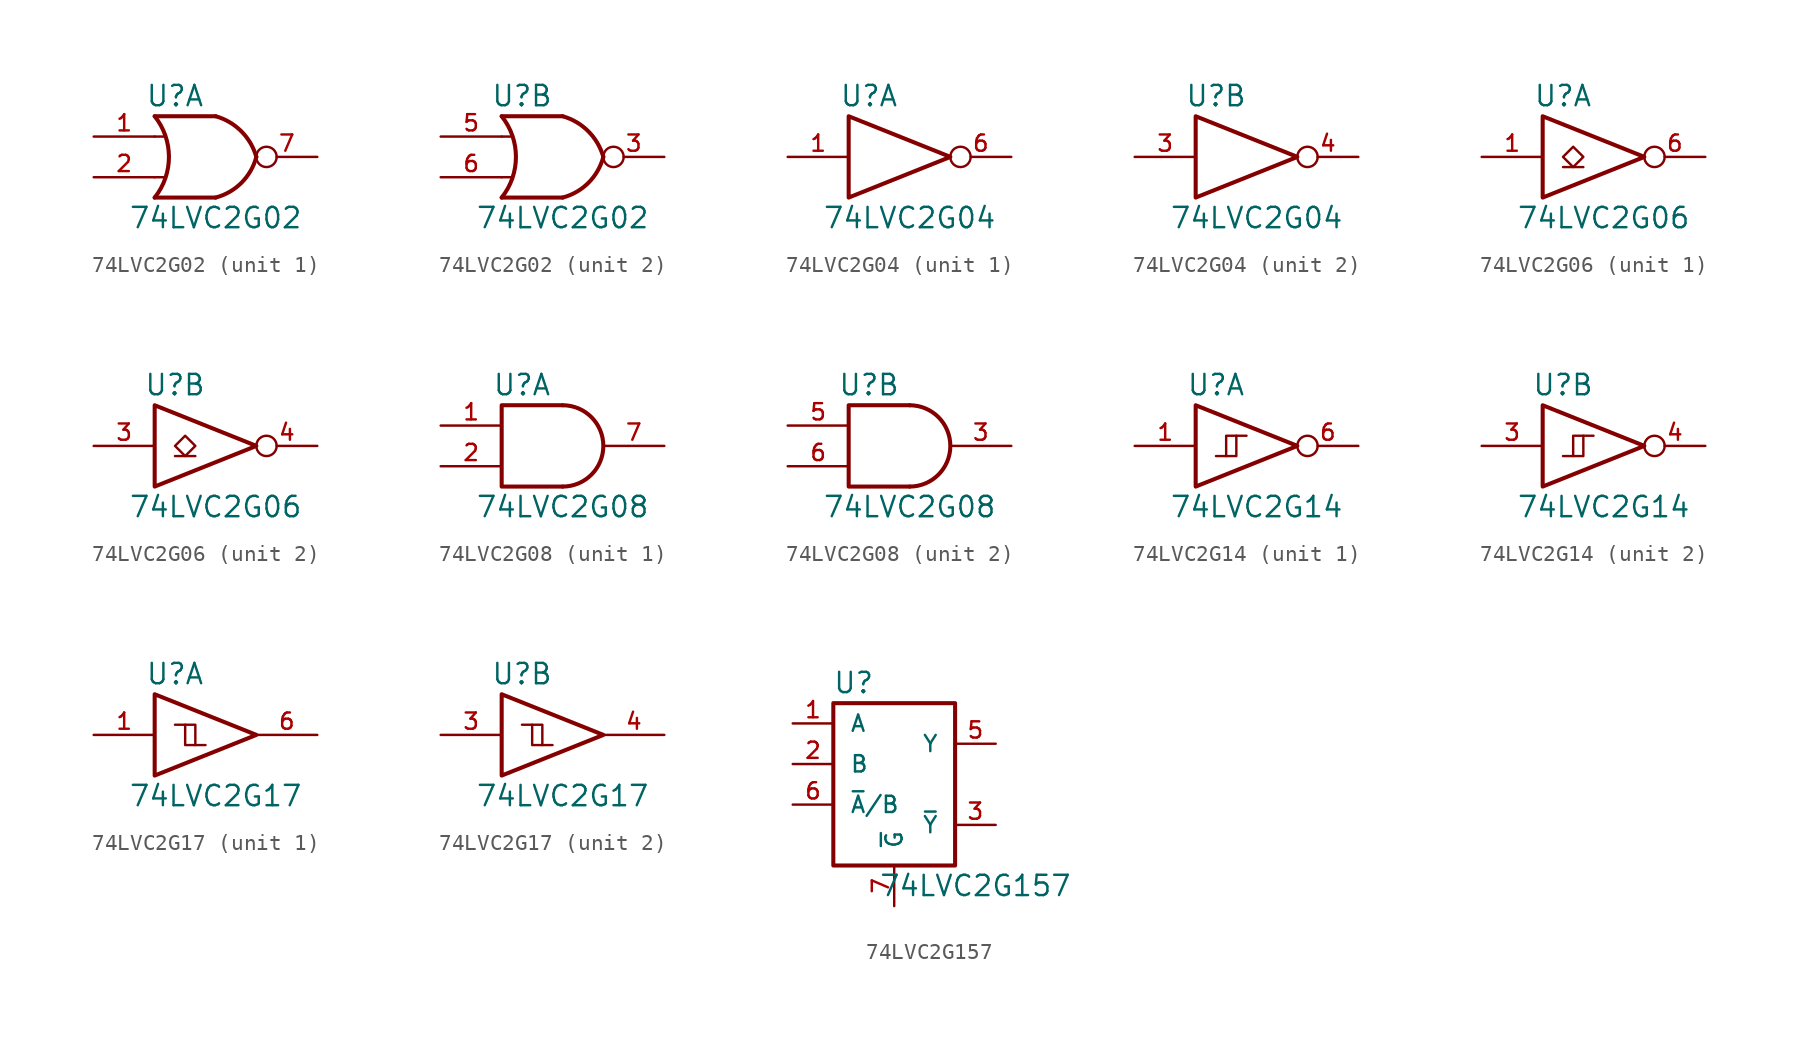
<source format=kicad_sym>
(kicad_symbol_lib
  (version 20200908)
  (generator kicad_symbol_editor)
  (symbol "74xGxx:74LVC2G02"
    (pin_names
      (offset 1.016))
    (property "Reference" "U"
      (at -2.54 3.81 0)
      (effects (font (size 1.27 1.27))))
    (property "Value" "74LVC2G02"
      (at 0 -3.81 0)
      (effects (font (size 1.27 1.27))))
    (symbol "74LVC2G02_0_1"
      (arc (start -3.81 2.54) (end -3.81 -2.54) (radius (at -6.985 0) (length 4.064) (angles 38.6 -38.6)) (stroke (width 0.254)) (fill (type none)))
      (arc (start 0 2.54) (end 2.54 0) (radius (at -0.9652 -0.9398) (length 3.6068) (angles 74.4 15)) (stroke (width 0.254)) (fill (type none)))
      (arc (start 0 -2.54) (end 2.54 0) (radius (at -0.9652 0.9398) (length 3.6068) (angles -74.4 -15)) (stroke (width 0.254)) (fill (type none)))
      (polyline (pts (xy -3.81 -1.27) (xy -3.175 -1.27)) (stroke (width 0)) (fill (type none)))
      (polyline (pts (xy -3.81 1.27) (xy -3.175 1.27)) (stroke (width 0)) (fill (type none)))
      (polyline (pts (xy 0 -2.54) (xy -3.81 -2.54)) (stroke (width 0.254)) (fill (type background)))
      (polyline (pts (xy 0 2.54) (xy -3.81 2.54)) (stroke (width 0.254)) (fill (type background)))
      (pin power_in line (at 0 -2.54 270) (length 0) hide (name "GND" (effects (font (size 1.016 1.016)))) (number "4" (effects (font (size 1.016 1.016)))))
      (pin power_in line (at 0 2.54 90) (length 0) hide (name "VCC" (effects (font (size 1.016 1.016)))) (number "8" (effects (font (size 1.016 1.016))))))
    (symbol "74LVC2G02_1_1"
      (pin input line (at -7.62 1.27 0) (length 3.81) (name "~" (effects (font (size 1.016 1.016)))) (number "1" (effects (font (size 1.016 1.016)))))
      (pin input line (at -7.62 -1.27 0) (length 3.81) (name "~" (effects (font (size 1.016 1.016)))) (number "2" (effects (font (size 1.016 1.016)))))
      (pin output inverted (at 6.35 0 180) (length 3.81) (name "~" (effects (font (size 1.016 1.016)))) (number "7" (effects (font (size 1.016 1.016))))))
    (symbol "74LVC2G02_2_1"
      (pin output inverted (at 6.35 0 180) (length 3.81) (name "~" (effects (font (size 1.016 1.016)))) (number "3" (effects (font (size 1.016 1.016)))))
      (pin input line (at -7.62 1.27 0) (length 3.81) (name "~" (effects (font (size 1.016 1.016)))) (number "5" (effects (font (size 1.016 1.016)))))
      (pin input line (at -7.62 -1.27 0) (length 3.81) (name "~" (effects (font (size 1.016 1.016)))) (number "6" (effects (font (size 1.016 1.016)))))))
  (symbol "74xGxx:74LVC2G04"
    (pin_names
      (offset 1.016))
    (property "Reference" "U"
      (at -2.54 3.81 0)
      (effects (font (size 1.27 1.27))))
    (property "Value" "74LVC2G04"
      (at 0 -3.81 0)
      (effects (font (size 1.27 1.27))))
    (symbol "74LVC2G04_0_1"
      (polyline (pts (xy -3.81 2.54) (xy -3.81 -2.54) (xy 2.54 0) (xy -3.81 2.54)) (stroke (width 0.254)) (fill (type none)))
      (pin power_in line (at 0 -2.54 270) (length 0) hide (name "GND" (effects (font (size 1.016 1.016)))) (number "2" (effects (font (size 1.016 1.016)))))
      (pin power_in line (at 0 2.54 90) (length 0) hide (name "VCC" (effects (font (size 1.016 1.016)))) (number "5" (effects (font (size 1.016 1.016))))))
    (symbol "74LVC2G04_1_1"
      (pin input line (at -7.62 0 0) (length 3.81) (name "~" (effects (font (size 1.016 1.016)))) (number "1" (effects (font (size 1.016 1.016)))))
      (pin output inverted (at 6.35 0 180) (length 3.81) (name "~" (effects (font (size 1.016 1.016)))) (number "6" (effects (font (size 1.016 1.016))))))
    (symbol "74LVC2G04_2_1"
      (pin input line (at -7.62 0 0) (length 3.81) (name "~" (effects (font (size 1.016 1.016)))) (number "3" (effects (font (size 1.016 1.016)))))
      (pin output inverted (at 6.35 0 180) (length 3.81) (name "~" (effects (font (size 1.016 1.016)))) (number "4" (effects (font (size 1.016 1.016)))))))
  (symbol "74xGxx:74LVC2G06"
    (pin_names
      (offset 1.016))
    (property "Reference" "U"
      (at -2.54 3.81 0)
      (effects (font (size 1.27 1.27))))
    (property "Value" "74LVC2G06"
      (at 0 -3.81 0)
      (effects (font (size 1.27 1.27))))
    (symbol "74LVC2G06_0_1"
      (polyline (pts (xy -2.54 -0.635) (xy -1.27 -0.635)) (stroke (width 0)) (fill (type none)))
      (polyline (pts (xy -3.81 2.54) (xy -3.81 -2.54) (xy 2.54 0) (xy -3.81 2.54)) (stroke (width 0.254)) (fill (type none)))
      (polyline (pts (xy -1.905 0.635) (xy -2.54 0) (xy -1.905 -0.635) (xy -1.27 0) (xy -1.905 0.635)) (stroke (width 0)) (fill (type none)))
      (pin power_in line (at 0 -2.54 270) (length 0) hide (name "GND" (effects (font (size 1.016 1.016)))) (number "2" (effects (font (size 1.016 1.016)))))
      (pin power_in line (at 0 2.54 90) (length 0) hide (name "VCC" (effects (font (size 1.016 1.016)))) (number "5" (effects (font (size 1.016 1.016))))))
    (symbol "74LVC2G06_1_1"
      (pin input line (at -7.62 0 0) (length 3.81) (name "~" (effects (font (size 1.016 1.016)))) (number "1" (effects (font (size 1.016 1.016)))))
      (pin open_collector inverted (at 6.35 0 180) (length 3.81) (name "~" (effects (font (size 1.016 1.016)))) (number "6" (effects (font (size 1.016 1.016))))))
    (symbol "74LVC2G06_2_1"
      (pin input line (at -7.62 0 0) (length 3.81) (name "~" (effects (font (size 1.016 1.016)))) (number "3" (effects (font (size 1.016 1.016)))))
      (pin open_collector inverted (at 6.35 0 180) (length 3.81) (name "~" (effects (font (size 1.016 1.016)))) (number "4" (effects (font (size 1.016 1.016)))))))
  (symbol "74xGxx:74LVC2G08"
    (pin_names
      (offset 1.016))
    (property "Reference" "U"
      (at -2.54 3.81 0)
      (effects (font (size 1.27 1.27))))
    (property "Value" "74LVC2G08"
      (at 0 -3.81 0)
      (effects (font (size 1.27 1.27))))
    (symbol "74LVC2G08_0_1"
      (arc (start 0 -2.54) (end 0 2.54) (radius (at 0 0) (length 2.54) (angles -89.9 89.9)) (stroke (width 0.254)) (fill (type none)))
      (polyline (pts (xy 0 -2.54) (xy -3.81 -2.54) (xy -3.81 2.54) (xy 0 2.54)) (stroke (width 0.254)) (fill (type none)))
      (pin power_in line (at 0 -2.54 270) (length 0) hide (name "GND" (effects (font (size 1.016 1.016)))) (number "4" (effects (font (size 1.016 1.016)))))
      (pin power_in line (at 0 2.54 90) (length 0) hide (name "VCC" (effects (font (size 1.016 1.016)))) (number "8" (effects (font (size 1.016 1.016))))))
    (symbol "74LVC2G08_1_1"
      (pin input line (at -7.62 1.27 0) (length 3.81) (name "~" (effects (font (size 1.016 1.016)))) (number "1" (effects (font (size 1.016 1.016)))))
      (pin input line (at -7.62 -1.27 0) (length 3.81) (name "~" (effects (font (size 1.016 1.016)))) (number "2" (effects (font (size 1.016 1.016)))))
      (pin output line (at 6.35 0 180) (length 3.81) (name "~" (effects (font (size 1.016 1.016)))) (number "7" (effects (font (size 1.016 1.016))))))
    (symbol "74LVC2G08_2_1"
      (pin output line (at 6.35 0 180) (length 3.81) (name "~" (effects (font (size 1.016 1.016)))) (number "3" (effects (font (size 1.016 1.016)))))
      (pin input line (at -7.62 1.27 0) (length 3.81) (name "~" (effects (font (size 1.016 1.016)))) (number "5" (effects (font (size 1.016 1.016)))))
      (pin input line (at -7.62 -1.27 0) (length 3.81) (name "~" (effects (font (size 1.016 1.016)))) (number "6" (effects (font (size 1.016 1.016)))))))
  (symbol "74xGxx:74LVC2G14"
    (pin_names
      (offset 1.016))
    (property "Reference" "U"
      (at -2.54 3.81 0)
      (effects (font (size 1.27 1.27))))
    (property "Value" "74LVC2G14"
      (at 0 -3.81 0)
      (effects (font (size 1.27 1.27))))
    (symbol "74LVC2G14_0_1"
      (polyline (pts (xy -1.905 -0.635) (xy -1.27 -0.635) (xy -1.27 0.635)) (stroke (width 0)) (fill (type none)))
      (polyline (pts (xy -3.81 2.54) (xy -3.81 -2.54) (xy 2.54 0) (xy -3.81 2.54)) (stroke (width 0.254)) (fill (type none)))
      (polyline (pts (xy -2.54 -0.635) (xy -1.905 -0.635) (xy -1.905 0.635) (xy -0.635 0.635)) (stroke (width 0)) (fill (type none)))
      (pin power_in line (at 0 -2.54 270) (length 0) hide (name "GND" (effects (font (size 1.016 1.016)))) (number "2" (effects (font (size 1.016 1.016)))))
      (pin power_in line (at 0 2.54 90) (length 0) hide (name "VCC" (effects (font (size 1.016 1.016)))) (number "5" (effects (font (size 1.016 1.016))))))
    (symbol "74LVC2G14_1_1"
      (pin input line (at -7.62 0 0) (length 3.81) (name "~" (effects (font (size 1.016 1.016)))) (number "1" (effects (font (size 1.016 1.016)))))
      (pin output inverted (at 6.35 0 180) (length 3.81) (name "~" (effects (font (size 1.016 1.016)))) (number "6" (effects (font (size 1.016 1.016))))))
    (symbol "74LVC2G14_2_1"
      (pin input line (at -7.62 0 0) (length 3.81) (name "~" (effects (font (size 1.016 1.016)))) (number "3" (effects (font (size 1.016 1.016)))))
      (pin output inverted (at 6.35 0 180) (length 3.81) (name "~" (effects (font (size 1.016 1.016)))) (number "4" (effects (font (size 1.016 1.016)))))))
  (symbol "74xGxx:74LVC2G17"
    (pin_names
      (offset 1.016))
    (property "Reference" "U"
      (at -2.54 3.81 0)
      (effects (font (size 1.27 1.27))))
    (property "Value" "74LVC2G17"
      (at 0 -3.81 0)
      (effects (font (size 1.27 1.27))))
    (symbol "74LVC2G17_0_1"
      (polyline (pts (xy -1.905 0.635) (xy -1.27 0.635) (xy -1.27 -0.635)) (stroke (width 0)) (fill (type none)))
      (polyline (pts (xy -3.81 2.54) (xy -3.81 -2.54) (xy 2.54 0) (xy -3.81 2.54)) (stroke (width 0.254)) (fill (type none)))
      (polyline (pts (xy -2.54 0.635) (xy -1.905 0.635) (xy -1.905 -0.635) (xy -0.635 -0.635)) (stroke (width 0)) (fill (type none)))
      (pin power_in line (at 0 -2.54 270) (length 0) hide (name "GND" (effects (font (size 1.016 1.016)))) (number "2" (effects (font (size 1.016 1.016)))))
      (pin power_in line (at 0 2.54 90) (length 0) hide (name "VCC" (effects (font (size 1.016 1.016)))) (number "5" (effects (font (size 1.016 1.016))))))
    (symbol "74LVC2G17_1_1"
      (pin input line (at -7.62 0 0) (length 3.81) (name "~" (effects (font (size 1.016 1.016)))) (number "1" (effects (font (size 1.016 1.016)))))
      (pin output line (at 6.35 0 180) (length 3.81) (name "~" (effects (font (size 1.016 1.016)))) (number "6" (effects (font (size 1.016 1.016))))))
    (symbol "74LVC2G17_2_1"
      (pin input line (at -7.62 0 0) (length 3.81) (name "~" (effects (font (size 1.016 1.016)))) (number "3" (effects (font (size 1.016 1.016)))))
      (pin output line (at 6.35 0 180) (length 3.81) (name "~" (effects (font (size 1.016 1.016)))) (number "4" (effects (font (size 1.016 1.016)))))))
  (symbol "74xGxx:74LVC2G157"
    (pin_names
      (offset 1.016))
    (property "Reference" "U"
      (at -2.54 6.35 0)
      (effects (font (size 1.27 1.27))))
    (property "Value" "74LVC2G157"
      (at 5.08 -6.35 0)
      (effects (font (size 1.27 1.27))))
    (symbol "74LVC2G157_0_1"
      (rectangle (start -3.81 5.08) (end 3.81 -5.08) (stroke (width 0.254)) (fill (type none))))
    (symbol "74LVC2G157_1_1"
      (pin input line (at -6.35 3.81 0) (length 2.54) (name "A" (effects (font (size 1.016 1.016)))) (number "1" (effects (font (size 1.016 1.016)))))
      (pin input line (at -6.35 1.27 0) (length 2.54) (name "B" (effects (font (size 1.016 1.016)))) (number "2" (effects (font (size 1.016 1.016)))))
      (pin output line (at 6.35 -2.54 180) (length 2.54) (name "~Y" (effects (font (size 1.016 1.016)))) (number "3" (effects (font (size 1.016 1.016)))))
      (pin power_in line (at 2.54 -5.08 270) (length 0) hide (name "GND" (effects (font (size 1.016 1.016)))) (number "4" (effects (font (size 1.016 1.016)))))
      (pin output line (at 6.35 2.54 180) (length 2.54) (name "Y" (effects (font (size 1.016 1.016)))) (number "5" (effects (font (size 1.016 1.016)))))
      (pin input line (at -6.35 -1.27 0) (length 2.54) (name "~A~/B" (effects (font (size 1.016 1.016)))) (number "6" (effects (font (size 1.016 1.016)))))
      (pin input line (at 0 -7.62 90) (length 2.54) (name "~G" (effects (font (size 1.016 1.016)))) (number "7" (effects (font (size 1.016 1.016)))))
      (pin power_in line (at 2.54 5.08 90) (length 0) hide (name "VCC" (effects (font (size 1.016 1.016)))) (number "8" (effects (font (size 1.016 1.016))))))))
</source>
